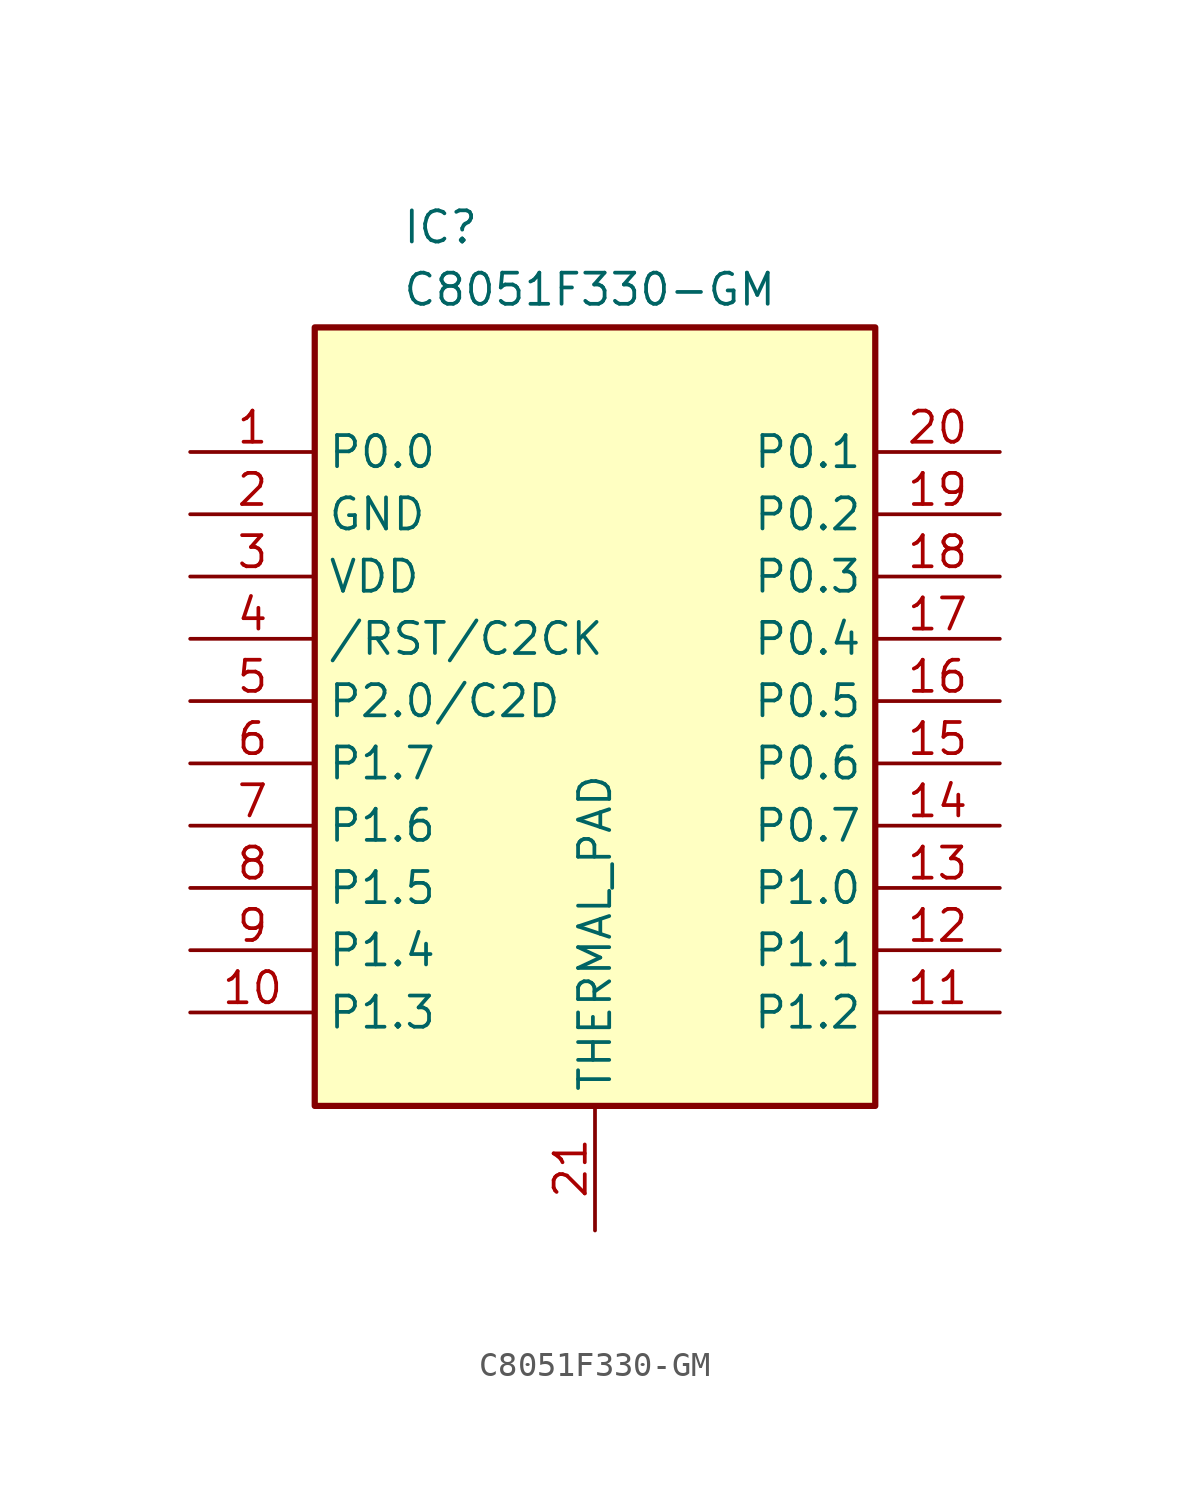
<source format=kicad_sym>
(kicad_symbol_lib
  (version 20231120)
  (generator "kicad_symbol_editor")
  (generator_version "8.0")
  (symbol "C8051F330-GM"
    (property "Reference" "IC"
      (at 8.636 20.066 0)
      (effects (font (size 1.27 1.27)) (justify left top)))
    (property "Value" "C8051F330-GM"
      (at 8.636 17.526 0)
      (effects (font (size 1.27 1.27)) (justify left top)))
    (symbol "C8051F330-GM_1_1"
      (rectangle (start 5.08 15.24) (end 27.94 -16.51) (stroke (width 0.254) (type default)) (fill (type background)))
      (pin passive line (at 0 10.16 0) (length 5.08) (name "P0.0" (effects (font (size 1.27 1.27)))) (number "1" (effects (font (size 1.27 1.27)))))
      (pin passive line (at 0 -12.7 0) (length 5.08) (name "P1.3" (effects (font (size 1.27 1.27)))) (number "10" (effects (font (size 1.27 1.27)))))
      (pin passive line (at 33.02 -12.7 180) (length 5.08) (name "P1.2" (effects (font (size 1.27 1.27)))) (number "11" (effects (font (size 1.27 1.27)))))
      (pin passive line (at 33.02 -10.16 180) (length 5.08) (name "P1.1" (effects (font (size 1.27 1.27)))) (number "12" (effects (font (size 1.27 1.27)))))
      (pin passive line (at 33.02 -7.62 180) (length 5.08) (name "P1.0" (effects (font (size 1.27 1.27)))) (number "13" (effects (font (size 1.27 1.27)))))
      (pin passive line (at 33.02 -5.08 180) (length 5.08) (name "P0.7" (effects (font (size 1.27 1.27)))) (number "14" (effects (font (size 1.27 1.27)))))
      (pin passive line (at 33.02 -2.54 180) (length 5.08) (name "P0.6" (effects (font (size 1.27 1.27)))) (number "15" (effects (font (size 1.27 1.27)))))
      (pin passive line (at 33.02 0 180) (length 5.08) (name "P0.5" (effects (font (size 1.27 1.27)))) (number "16" (effects (font (size 1.27 1.27)))))
      (pin passive line (at 33.02 2.54 180) (length 5.08) (name "P0.4" (effects (font (size 1.27 1.27)))) (number "17" (effects (font (size 1.27 1.27)))))
      (pin passive line (at 33.02 5.08 180) (length 5.08) (name "P0.3" (effects (font (size 1.27 1.27)))) (number "18" (effects (font (size 1.27 1.27)))))
      (pin passive line (at 33.02 7.62 180) (length 5.08) (name "P0.2" (effects (font (size 1.27 1.27)))) (number "19" (effects (font (size 1.27 1.27)))))
      (pin passive line (at 0 7.62 0) (length 5.08) (name "GND" (effects (font (size 1.27 1.27)))) (number "2" (effects (font (size 1.27 1.27)))))
      (pin passive line (at 33.02 10.16 180) (length 5.08) (name "P0.1" (effects (font (size 1.27 1.27)))) (number "20" (effects (font (size 1.27 1.27)))))
      (pin passive line (at 16.51 -21.59 90) (length 5.08) (name "THERMAL_PAD" (effects (font (size 1.27 1.27)))) (number "21" (effects (font (size 1.27 1.27)))))
      (pin passive line (at 0 5.08 0) (length 5.08) (name "VDD" (effects (font (size 1.27 1.27)))) (number "3" (effects (font (size 1.27 1.27)))))
      (pin passive line (at 0 2.54 0) (length 5.08) (name "/RST/C2CK" (effects (font (size 1.27 1.27)))) (number "4" (effects (font (size 1.27 1.27)))))
      (pin passive line (at 0 0 0) (length 5.08) (name "P2.0/C2D" (effects (font (size 1.27 1.27)))) (number "5" (effects (font (size 1.27 1.27)))))
      (pin passive line (at 0 -2.54 0) (length 5.08) (name "P1.7" (effects (font (size 1.27 1.27)))) (number "6" (effects (font (size 1.27 1.27)))))
      (pin passive line (at 0 -5.08 0) (length 5.08) (name "P1.6" (effects (font (size 1.27 1.27)))) (number "7" (effects (font (size 1.27 1.27)))))
      (pin passive line (at 0 -7.62 0) (length 5.08) (name "P1.5" (effects (font (size 1.27 1.27)))) (number "8" (effects (font (size 1.27 1.27)))))
      (pin passive line (at 0 -10.16 0) (length 5.08) (name "P1.4" (effects (font (size 1.27 1.27)))) (number "9" (effects (font (size 1.27 1.27))))))))
</source>
